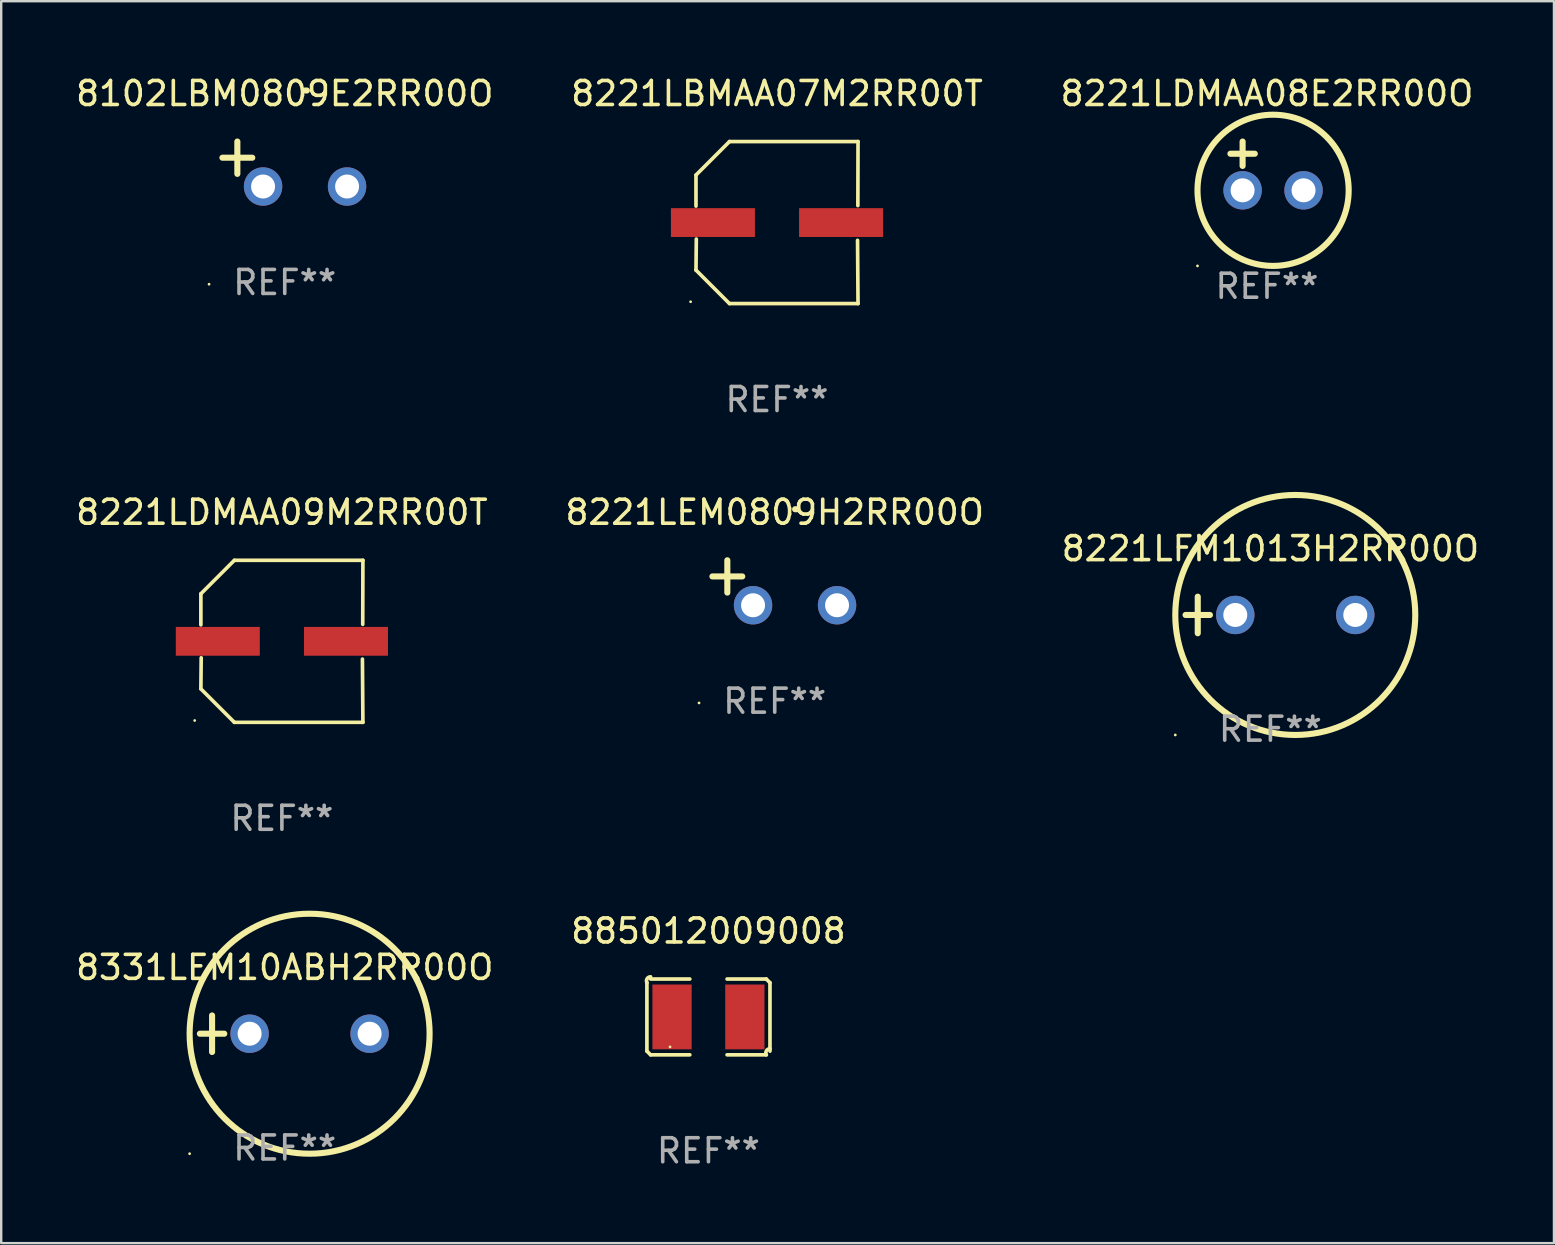
<source format=kicad_pcb>
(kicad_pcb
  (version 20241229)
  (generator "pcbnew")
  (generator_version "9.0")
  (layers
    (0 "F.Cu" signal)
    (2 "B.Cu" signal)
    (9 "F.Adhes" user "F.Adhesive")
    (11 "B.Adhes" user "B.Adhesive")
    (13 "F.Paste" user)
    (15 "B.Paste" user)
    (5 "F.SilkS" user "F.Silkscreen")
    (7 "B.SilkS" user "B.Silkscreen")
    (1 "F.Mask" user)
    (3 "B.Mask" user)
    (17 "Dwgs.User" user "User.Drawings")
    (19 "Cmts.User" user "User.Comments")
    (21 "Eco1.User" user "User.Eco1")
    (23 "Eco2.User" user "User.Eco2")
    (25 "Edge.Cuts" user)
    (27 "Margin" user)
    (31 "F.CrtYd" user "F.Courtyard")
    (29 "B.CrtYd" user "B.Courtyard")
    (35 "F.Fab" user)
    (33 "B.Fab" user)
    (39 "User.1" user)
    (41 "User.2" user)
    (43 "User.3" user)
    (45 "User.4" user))
  (footprint "8221LDMAA08E2RR00O"
    (layer "F.Cu")
    (at 49.744 3.864)
    (property "Reference" "8221LDMAA08E2RR00O" (at 0 -3.016 0) (layer "F.SilkS") (effects (font (size 1 1) (thickness 0.15))))
    (attr through_hole)
    (fp_line (start -1.524 -0.508) (end -0.508 -0.508) (stroke (width 0.254) (type solid)) (layer "F.SilkS"))
    (fp_line (start -1.016 -1.016) (end -1.016 0) (stroke (width 0.254) (type solid)) (layer "F.SilkS"))
    (fp_circle (center -2.896 4.166) (end -2.866 4.166) (stroke (width 0.06) (type solid)) (fill no) (layer "F.SilkS"))
    (fp_circle (center 0.254 1.016) (end 3.404 1.016) (stroke (width 0.254) (type solid)) (fill no) (layer "F.SilkS"))
    (fp_text user "REF**" (at 0 5.016 0) (layer "F.Fab") (effects (font (size 1 1) (thickness 0.15))))
    (pad "1" thru_hole circle (at -1.016 1.016) (size 1.6 1.6) (drill 1) (layers "*.Cu" "*.Mask"))
    (pad "2" thru_hole circle (at 1.524 1.016) (size 1.6 1.6) (drill 1) (layers "*.Cu" "*.Mask")))
  (footprint "8331LEM10ABH2RR00O"
    (layer "F.Cu")
    (at 8.815 40.024)
    (property "Reference" "8331LEM10ABH2RR00O" (at 0 -2.762 0) (layer "F.SilkS") (effects (font (size 1 1) (thickness 0.15))))
    (attr through_hole)
    (fp_line (start -3.536 0) (end -2.52 0) (stroke (width 0.254) (type solid)) (layer "F.SilkS"))
    (fp_line (start -3.028 -0.762) (end -3.028 0.762) (stroke (width 0.254) (type solid)) (layer "F.SilkS"))
    (fp_circle (center -3.964 5) (end -3.934 5) (stroke (width 0.06) (type solid)) (fill no) (layer "F.SilkS"))
    (fp_circle (center 1.036 0) (end 6.036 0) (stroke (width 0.254) (type solid)) (fill no) (layer "F.SilkS"))
    (fp_text user "REF**" (at 0 4.762 0) (layer "F.Fab") (effects (font (size 1 1) (thickness 0.15))))
    (pad "1" thru_hole circle (at -1.464 0) (size 1.6 1.6) (drill 1) (layers "*.Cu" "*.Mask"))
    (pad "2" thru_hole circle (at 3.536 0) (size 1.6 1.6) (drill 1) (layers "*.Cu" "*.Mask")))
  (footprint "8102LBM0809E2RR00O"
    (layer "F.Cu")
    (at 8.815 3.785)
    (property "Reference" "8102LBM0809E2RR00O" (at 0 -2.937 0) (layer "F.SilkS") (effects (font (size 1 1) (thickness 0.15))))
    (attr through_hole)
    (fp_line (start -1.975 0.41) (end -1.975 -0.937) (stroke (width 0.254) (type solid)) (layer "F.SilkS"))
    (fp_line (start -1.353 -0.263) (end -2.597 -0.263) (stroke (width 0.254) (type solid)) (layer "F.SilkS"))
    (fp_arc (start 0.849809 -3.063957) (mid 0.885369 -3.064114) (end 0.920929 -3.063957) (stroke (width 0.254001) (type solid)) (layer "F.SilkS"))
    (fp_circle (center -3.154 5.008) (end -3.124 5.008) (stroke (width 0.06) (type solid)) (fill no) (layer "F.SilkS"))
    (fp_text user "REF**" (at 0 4.937 0) (layer "F.Fab") (effects (font (size 1 1) (thickness 0.15))))
    (pad "1" thru_hole circle (at -0.903 0.937) (size 1.6 1.6) (drill 1) (layers "*.Cu" "*.Mask"))
    (pad "2" thru_hole circle (at 2.597 0.937) (size 1.6 1.6) (drill 1) (layers "*.Cu" "*.Mask")))
  (footprint "8221LFM1013H2RR00O"
    (layer "F.Cu")
    (at 49.887 22.575)
    (property "Reference" "8221LFM1013H2RR00O" (at 0 -2.762 0) (layer "F.SilkS") (effects (font (size 1 1) (thickness 0.15))))
    (attr through_hole)
    (fp_line (start -3.536 0) (end -2.52 0) (stroke (width 0.254) (type solid)) (layer "F.SilkS"))
    (fp_line (start -3.028 -0.762) (end -3.028 0.762) (stroke (width 0.254) (type solid)) (layer "F.SilkS"))
    (fp_circle (center -3.964 5) (end -3.934 5) (stroke (width 0.06) (type solid)) (fill no) (layer "F.SilkS"))
    (fp_circle (center 1.036 0) (end 6.036 0) (stroke (width 0.254) (type solid)) (fill no) (layer "F.SilkS"))
    (fp_text user "REF**" (at 0 4.762 0) (layer "F.Fab") (effects (font (size 1 1) (thickness 0.15))))
    (pad "1" thru_hole circle (at -1.464 0) (size 1.6 1.6) (drill 1) (layers "*.Cu" "*.Mask"))
    (pad "2" thru_hole circle (at 3.536 0) (size 1.6 1.6) (drill 1) (layers "*.Cu" "*.Mask")))
  (footprint "8221LBMAA07M2RR00T"
    (layer "F.Cu")
    (at 29.327 6.224)
    (property "Reference" "8221LBMAA07M2RR00T" (at 0 -5.376 0) (layer "F.SilkS") (effects (font (size 1 1) (thickness 0.15))))
    (attr through_hole)
    (fp_line (start -3.376 -1.98) (end -3.376 -0.686) (stroke (width 0.152) (type solid)) (layer "F.SilkS"))
    (fp_line (start -3.376 1.981) (end -3.362 0.686) (stroke (width 0.152) (type solid)) (layer "F.SilkS"))
    (fp_line (start -1.981 3.376) (end -3.376 1.981) (stroke (width 0.152) (type solid)) (layer "F.SilkS"))
    (fp_line (start -1.98 -3.376) (end -3.376 -1.98) (stroke (width 0.152) (type solid)) (layer "F.SilkS"))
    (fp_line (start 3.356 0.74) (end 3.376 3.376) (stroke (width 0.152) (type solid)) (layer "F.SilkS"))
    (fp_line (start 3.369 -0.707) (end 3.376 -3.376) (stroke (width 0.152) (type solid)) (layer "F.SilkS"))
    (fp_line (start 3.376 3.376) (end -1.981 3.376) (stroke (width 0.152) (type solid)) (layer "F.SilkS"))
    (fp_line (start 3.376 -3.376) (end -1.98 -3.376) (stroke (width 0.152) (type solid)) (layer "F.SilkS"))
    (fp_circle (center -3.6 3.3) (end -3.57 3.3) (stroke (width 0.06) (type solid)) (fill no) (layer "F.SilkS"))
    (fp_text user "REF**" (at 0 7.376 0) (layer "F.Fab") (effects (font (size 1 1) (thickness 0.15))))
    (pad "1" smd rect (at -2.67 0.000381) (size 3.5 1.2) (layers "F.Cu" "F.Mask" "F.Paste"))
    (pad "2" smd rect (at 2.67 0.000381) (size 3.5 1.2) (layers "F.Cu" "F.Mask" "F.Paste")))
  (footprint "8221LDMAA09M2RR00T"
    (layer "F.Cu")
    (at 8.696 23.673)
    (property "Reference" "8221LDMAA09M2RR00T" (at 0 -5.376 0) (layer "F.SilkS") (effects (font (size 1 1) (thickness 0.15))))
    (attr through_hole)
    (fp_line (start -3.376 -1.98) (end -3.376 -0.686) (stroke (width 0.152) (type solid)) (layer "F.SilkS"))
    (fp_line (start -3.376 1.981) (end -3.362 0.686) (stroke (width 0.152) (type solid)) (layer "F.SilkS"))
    (fp_line (start -1.981 3.376) (end -3.376 1.981) (stroke (width 0.152) (type solid)) (layer "F.SilkS"))
    (fp_line (start -1.98 -3.376) (end -3.376 -1.98) (stroke (width 0.152) (type solid)) (layer "F.SilkS"))
    (fp_line (start 3.356 0.74) (end 3.376 3.376) (stroke (width 0.152) (type solid)) (layer "F.SilkS"))
    (fp_line (start 3.369 -0.707) (end 3.376 -3.376) (stroke (width 0.152) (type solid)) (layer "F.SilkS"))
    (fp_line (start 3.376 3.376) (end -1.981 3.376) (stroke (width 0.152) (type solid)) (layer "F.SilkS"))
    (fp_line (start 3.376 -3.376) (end -1.98 -3.376) (stroke (width 0.152) (type solid)) (layer "F.SilkS"))
    (fp_circle (center -3.634 3.3) (end -3.604 3.3) (stroke (width 0.06) (type solid)) (fill no) (layer "F.SilkS"))
    (fp_text user "REF**" (at 0 7.376 0) (layer "F.Fab") (effects (font (size 1 1) (thickness 0.15))))
    (pad "1" smd rect (at -2.67 0.000254) (size 3.5 1.2) (layers "F.Cu" "F.Mask" "F.Paste"))
    (pad "2" smd rect (at 2.67 0.000254) (size 3.5 1.2) (layers "F.Cu" "F.Mask" "F.Paste")))
  (footprint "885012009008"
    (layer "F.Cu")
    (at 26.47 39.324)
    (property "Reference" "885012009008" (at 0 -3.579 0) (layer "F.SilkS") (effects (font (size 1 1) (thickness 0.15))))
    (attr through_hole)
    (fp_line (start -2.564 1.426) (end -2.564 -1.426) (stroke (width 0.152) (type solid)) (layer "F.SilkS"))
    (fp_line (start -2.411 -1.579) (end -0.776 -1.579) (stroke (width 0.152) (type solid)) (layer "F.SilkS"))
    (fp_line (start -0.776 1.579) (end -2.411 1.579) (stroke (width 0.152) (type solid)) (layer "F.SilkS"))
    (fp_line (start 0.776 1.579) (end 2.411 1.579) (stroke (width 0.152) (type solid)) (layer "F.SilkS"))
    (fp_line (start 2.411 -1.579) (end 0.776 -1.579) (stroke (width 0.152) (type solid)) (layer "F.SilkS"))
    (fp_line (start 2.564 1.426) (end 2.564 -1.426) (stroke (width 0.152) (type solid)) (layer "F.SilkS"))
    (fp_arc (start -2.563602 -1.426213) (mid -2.555597 -1.591233) (end -2.411201 -1.671518) (stroke (width 0.1524) (type solid)) (layer "F.SilkS"))
    (fp_arc (start -2.5636 1.426214) (mid -2.487389 1.502402) (end -2.411201 1.578613) (stroke (width 0.1524) (type solid)) (layer "F.SilkS"))
    (fp_arc (start 2.411197 -1.578618) (mid 2.487403 -1.502419) (end 2.563602 -1.426213) (stroke (width 0.1524) (type solid)) (layer "F.SilkS"))
    (fp_arc (start 2.411201 1.578613) (mid 2.416214 1.409455) (end 2.563602 1.32629) (stroke (width 0.1524) (type solid)) (layer "F.SilkS"))
    (fp_circle (center -1.6 1.25) (end -1.57 1.25) (stroke (width 0.06) (type solid)) (fill no) (layer "F.SilkS"))
    (fp_text user "REF**" (at 0 5.579 0) (layer "F.Fab") (effects (font (size 1 1) (thickness 0.15))))
    (pad "1" smd rect (at -1.517 0) (size 1.635 2.7) (layers "F.Cu" "F.Mask" "F.Paste"))
    (pad "2" smd rect (at 1.517 0) (size 1.635 2.7) (layers "F.Cu" "F.Mask" "F.Paste")))
  (footprint "8221LEM0809H2RR00O"
    (layer "F.Cu")
    (at 29.232 21.233)
    (property "Reference" "8221LEM0809H2RR00O" (at 0 -2.937 0) (layer "F.SilkS") (effects (font (size 1 1) (thickness 0.15))))
    (attr through_hole)
    (fp_line (start -1.975 0.41) (end -1.975 -0.937) (stroke (width 0.254) (type solid)) (layer "F.SilkS"))
    (fp_line (start -1.353 -0.263) (end -2.597 -0.263) (stroke (width 0.254) (type solid)) (layer "F.SilkS"))
    (fp_arc (start 0.849809 -3.063957) (mid 0.885369 -3.064114) (end 0.920929 -3.063957) (stroke (width 0.254001) (type solid)) (layer "F.SilkS"))
    (fp_circle (center -3.154 5.008) (end -3.124 5.008) (stroke (width 0.06) (type solid)) (fill no) (layer "F.SilkS"))
    (fp_text user "REF**" (at 0 4.937 0) (layer "F.Fab") (effects (font (size 1 1) (thickness 0.15))))
    (pad "1" thru_hole circle (at -0.903 0.937) (size 1.6 1.6) (drill 1) (layers "*.Cu" "*.Mask"))
    (pad "2" thru_hole circle (at 2.597 0.937) (size 1.6 1.6) (drill 1) (layers "*.Cu" "*.Mask")))
  (gr_rect
    (start -3 -3)
    (end 61.702 48.75)
    (stroke (width 0.1) (type default))
    (fill no)
    (layer "Edge.Cuts")))
</source>
